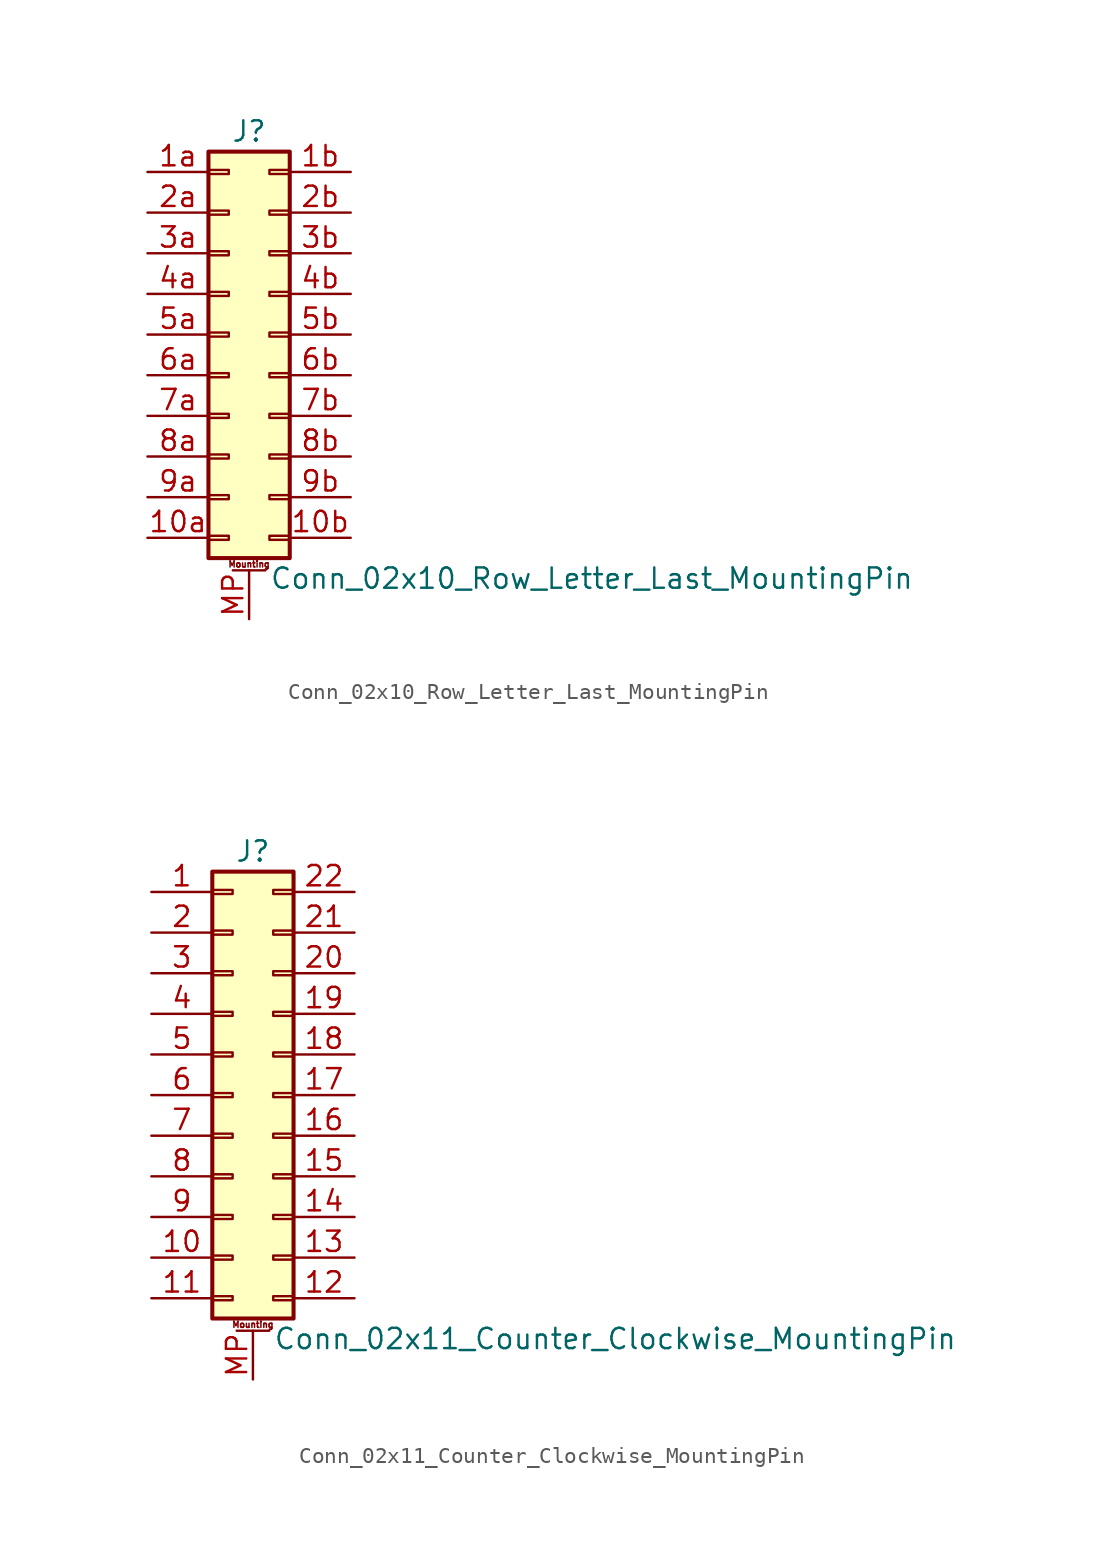
<source format=kicad_sym>
(kicad_symbol_lib
  (version 20201005)
  (generator kicad_symbol_editor)
  (symbol "Conn_02x10_Row_Letter_Last_MountingPin"
    (pin_names
      (offset 1.016) hide)
    (property "Reference" "J"
      (at 1.27 12.7 0)
      (effects (font (size 1.27 1.27))))
    (property "Value" "Conn_02x10_Row_Letter_Last_MountingPin"
      (at 2.54 -15.24 0)
      (effects (font (size 1.27 1.27)) (justify left)))
    (symbol "Conn_02x10_Row_Letter_Last_MountingPin_1_1"
      (text "Mounting" (at 1.27 -14.351 0) (effects (font (size 0.381 0.381))))
      (rectangle (start -1.27 -12.573) (end 0 -12.827) (stroke (width 0.152)) (fill (type none)))
      (rectangle (start -1.27 -10.033) (end 0 -10.287) (stroke (width 0.152)) (fill (type none)))
      (rectangle (start -1.27 -7.493) (end 0 -7.747) (stroke (width 0.152)) (fill (type none)))
      (rectangle (start -1.27 -4.953) (end 0 -5.207) (stroke (width 0.152)) (fill (type none)))
      (rectangle (start -1.27 -2.413) (end 0 -2.667) (stroke (width 0.152)) (fill (type none)))
      (rectangle (start -1.27 0.127) (end 0 -0.127) (stroke (width 0.152)) (fill (type none)))
      (rectangle (start -1.27 2.667) (end 0 2.413) (stroke (width 0.152)) (fill (type none)))
      (rectangle (start -1.27 5.207) (end 0 4.953) (stroke (width 0.152)) (fill (type none)))
      (rectangle (start -1.27 7.747) (end 0 7.493) (stroke (width 0.152)) (fill (type none)))
      (rectangle (start -1.27 10.287) (end 0 10.033) (stroke (width 0.152)) (fill (type none)))
      (rectangle (start -1.27 11.43) (end 3.81 -13.97) (stroke (width 0.254)) (fill (type background)))
      (rectangle (start 3.81 -12.573) (end 2.54 -12.827) (stroke (width 0.152)) (fill (type none)))
      (rectangle (start 3.81 -10.033) (end 2.54 -10.287) (stroke (width 0.152)) (fill (type none)))
      (rectangle (start 3.81 -7.493) (end 2.54 -7.747) (stroke (width 0.152)) (fill (type none)))
      (rectangle (start 3.81 -4.953) (end 2.54 -5.207) (stroke (width 0.152)) (fill (type none)))
      (rectangle (start 3.81 -2.413) (end 2.54 -2.667) (stroke (width 0.152)) (fill (type none)))
      (rectangle (start 3.81 0.127) (end 2.54 -0.127) (stroke (width 0.152)) (fill (type none)))
      (rectangle (start 3.81 2.667) (end 2.54 2.413) (stroke (width 0.152)) (fill (type none)))
      (rectangle (start 3.81 5.207) (end 2.54 4.953) (stroke (width 0.152)) (fill (type none)))
      (rectangle (start 3.81 7.747) (end 2.54 7.493) (stroke (width 0.152)) (fill (type none)))
      (rectangle (start 3.81 10.287) (end 2.54 10.033) (stroke (width 0.152)) (fill (type none)))
      (polyline (pts (xy 0.254 -14.732) (xy 2.286 -14.732)) (stroke (width 0.152)) (fill (type none)))
      (pin passive line (at -5.08 -12.7 0) (length 3.81) (name "Pin_10a" (effects (font (size 1.27 1.27)))) (number "10a" (effects (font (size 1.27 1.27)))))
      (pin passive line (at 7.62 -12.7 180) (length 3.81) (name "Pin_10b" (effects (font (size 1.27 1.27)))) (number "10b" (effects (font (size 1.27 1.27)))))
      (pin passive line (at -5.08 10.16 0) (length 3.81) (name "Pin_1a" (effects (font (size 1.27 1.27)))) (number "1a" (effects (font (size 1.27 1.27)))))
      (pin passive line (at 7.62 10.16 180) (length 3.81) (name "Pin_1b" (effects (font (size 1.27 1.27)))) (number "1b" (effects (font (size 1.27 1.27)))))
      (pin passive line (at -5.08 7.62 0) (length 3.81) (name "Pin_2a" (effects (font (size 1.27 1.27)))) (number "2a" (effects (font (size 1.27 1.27)))))
      (pin passive line (at 7.62 7.62 180) (length 3.81) (name "Pin_2b" (effects (font (size 1.27 1.27)))) (number "2b" (effects (font (size 1.27 1.27)))))
      (pin passive line (at -5.08 5.08 0) (length 3.81) (name "Pin_3a" (effects (font (size 1.27 1.27)))) (number "3a" (effects (font (size 1.27 1.27)))))
      (pin passive line (at 7.62 5.08 180) (length 3.81) (name "Pin_3b" (effects (font (size 1.27 1.27)))) (number "3b" (effects (font (size 1.27 1.27)))))
      (pin passive line (at -5.08 2.54 0) (length 3.81) (name "Pin_4a" (effects (font (size 1.27 1.27)))) (number "4a" (effects (font (size 1.27 1.27)))))
      (pin passive line (at 7.62 2.54 180) (length 3.81) (name "Pin_4b" (effects (font (size 1.27 1.27)))) (number "4b" (effects (font (size 1.27 1.27)))))
      (pin passive line (at -5.08 0 0) (length 3.81) (name "Pin_5a" (effects (font (size 1.27 1.27)))) (number "5a" (effects (font (size 1.27 1.27)))))
      (pin passive line (at 7.62 0 180) (length 3.81) (name "Pin_5b" (effects (font (size 1.27 1.27)))) (number "5b" (effects (font (size 1.27 1.27)))))
      (pin passive line (at -5.08 -2.54 0) (length 3.81) (name "Pin_6a" (effects (font (size 1.27 1.27)))) (number "6a" (effects (font (size 1.27 1.27)))))
      (pin passive line (at 7.62 -2.54 180) (length 3.81) (name "Pin_6b" (effects (font (size 1.27 1.27)))) (number "6b" (effects (font (size 1.27 1.27)))))
      (pin passive line (at -5.08 -5.08 0) (length 3.81) (name "Pin_7a" (effects (font (size 1.27 1.27)))) (number "7a" (effects (font (size 1.27 1.27)))))
      (pin passive line (at 7.62 -5.08 180) (length 3.81) (name "Pin_7b" (effects (font (size 1.27 1.27)))) (number "7b" (effects (font (size 1.27 1.27)))))
      (pin passive line (at -5.08 -7.62 0) (length 3.81) (name "Pin_8a" (effects (font (size 1.27 1.27)))) (number "8a" (effects (font (size 1.27 1.27)))))
      (pin passive line (at 7.62 -7.62 180) (length 3.81) (name "Pin_8b" (effects (font (size 1.27 1.27)))) (number "8b" (effects (font (size 1.27 1.27)))))
      (pin passive line (at -5.08 -10.16 0) (length 3.81) (name "Pin_9a" (effects (font (size 1.27 1.27)))) (number "9a" (effects (font (size 1.27 1.27)))))
      (pin passive line (at 7.62 -10.16 180) (length 3.81) (name "Pin_9b" (effects (font (size 1.27 1.27)))) (number "9b" (effects (font (size 1.27 1.27)))))
      (pin passive line (at 1.27 -17.78 90) (length 3.048) (name "MountPin" (effects (font (size 1.27 1.27)))) (number "MP" (effects (font (size 1.27 1.27)))))))
  (symbol "Conn_02x11_Counter_Clockwise_MountingPin"
    (pin_names
      (offset 1.016) hide)
    (property "Reference" "J"
      (at 1.27 15.24 0)
      (effects (font (size 1.27 1.27))))
    (property "Value" "Conn_02x11_Counter_Clockwise_MountingPin"
      (at 2.54 -15.24 0)
      (effects (font (size 1.27 1.27)) (justify left)))
    (symbol "Conn_02x11_Counter_Clockwise_MountingPin_1_1"
      (text "Mounting" (at 1.27 -14.351 0) (effects (font (size 0.381 0.381))))
      (rectangle (start -1.27 -12.573) (end 0 -12.827) (stroke (width 0.152)) (fill (type none)))
      (rectangle (start -1.27 -10.033) (end 0 -10.287) (stroke (width 0.152)) (fill (type none)))
      (rectangle (start -1.27 -7.493) (end 0 -7.747) (stroke (width 0.152)) (fill (type none)))
      (rectangle (start -1.27 -4.953) (end 0 -5.207) (stroke (width 0.152)) (fill (type none)))
      (rectangle (start -1.27 -2.413) (end 0 -2.667) (stroke (width 0.152)) (fill (type none)))
      (rectangle (start -1.27 0.127) (end 0 -0.127) (stroke (width 0.152)) (fill (type none)))
      (rectangle (start -1.27 2.667) (end 0 2.413) (stroke (width 0.152)) (fill (type none)))
      (rectangle (start -1.27 5.207) (end 0 4.953) (stroke (width 0.152)) (fill (type none)))
      (rectangle (start -1.27 7.747) (end 0 7.493) (stroke (width 0.152)) (fill (type none)))
      (rectangle (start -1.27 10.287) (end 0 10.033) (stroke (width 0.152)) (fill (type none)))
      (rectangle (start -1.27 12.827) (end 0 12.573) (stroke (width 0.152)) (fill (type none)))
      (rectangle (start -1.27 13.97) (end 3.81 -13.97) (stroke (width 0.254)) (fill (type background)))
      (rectangle (start 3.81 -12.573) (end 2.54 -12.827) (stroke (width 0.152)) (fill (type none)))
      (rectangle (start 3.81 -10.033) (end 2.54 -10.287) (stroke (width 0.152)) (fill (type none)))
      (rectangle (start 3.81 -7.493) (end 2.54 -7.747) (stroke (width 0.152)) (fill (type none)))
      (rectangle (start 3.81 -4.953) (end 2.54 -5.207) (stroke (width 0.152)) (fill (type none)))
      (rectangle (start 3.81 -2.413) (end 2.54 -2.667) (stroke (width 0.152)) (fill (type none)))
      (rectangle (start 3.81 0.127) (end 2.54 -0.127) (stroke (width 0.152)) (fill (type none)))
      (rectangle (start 3.81 2.667) (end 2.54 2.413) (stroke (width 0.152)) (fill (type none)))
      (rectangle (start 3.81 5.207) (end 2.54 4.953) (stroke (width 0.152)) (fill (type none)))
      (rectangle (start 3.81 7.747) (end 2.54 7.493) (stroke (width 0.152)) (fill (type none)))
      (rectangle (start 3.81 10.287) (end 2.54 10.033) (stroke (width 0.152)) (fill (type none)))
      (rectangle (start 3.81 12.827) (end 2.54 12.573) (stroke (width 0.152)) (fill (type none)))
      (polyline (pts (xy 0.254 -14.732) (xy 2.286 -14.732)) (stroke (width 0.152)) (fill (type none)))
      (pin passive line (at -5.08 12.7 0) (length 3.81) (name "Pin_1" (effects (font (size 1.27 1.27)))) (number "1" (effects (font (size 1.27 1.27)))))
      (pin passive line (at -5.08 -10.16 0) (length 3.81) (name "Pin_10" (effects (font (size 1.27 1.27)))) (number "10" (effects (font (size 1.27 1.27)))))
      (pin passive line (at -5.08 -12.7 0) (length 3.81) (name "Pin_11" (effects (font (size 1.27 1.27)))) (number "11" (effects (font (size 1.27 1.27)))))
      (pin passive line (at 7.62 -12.7 180) (length 3.81) (name "Pin_12" (effects (font (size 1.27 1.27)))) (number "12" (effects (font (size 1.27 1.27)))))
      (pin passive line (at 7.62 -10.16 180) (length 3.81) (name "Pin_13" (effects (font (size 1.27 1.27)))) (number "13" (effects (font (size 1.27 1.27)))))
      (pin passive line (at 7.62 -7.62 180) (length 3.81) (name "Pin_14" (effects (font (size 1.27 1.27)))) (number "14" (effects (font (size 1.27 1.27)))))
      (pin passive line (at 7.62 -5.08 180) (length 3.81) (name "Pin_15" (effects (font (size 1.27 1.27)))) (number "15" (effects (font (size 1.27 1.27)))))
      (pin passive line (at 7.62 -2.54 180) (length 3.81) (name "Pin_16" (effects (font (size 1.27 1.27)))) (number "16" (effects (font (size 1.27 1.27)))))
      (pin passive line (at 7.62 0 180) (length 3.81) (name "Pin_17" (effects (font (size 1.27 1.27)))) (number "17" (effects (font (size 1.27 1.27)))))
      (pin passive line (at 7.62 2.54 180) (length 3.81) (name "Pin_18" (effects (font (size 1.27 1.27)))) (number "18" (effects (font (size 1.27 1.27)))))
      (pin passive line (at 7.62 5.08 180) (length 3.81) (name "Pin_19" (effects (font (size 1.27 1.27)))) (number "19" (effects (font (size 1.27 1.27)))))
      (pin passive line (at -5.08 10.16 0) (length 3.81) (name "Pin_2" (effects (font (size 1.27 1.27)))) (number "2" (effects (font (size 1.27 1.27)))))
      (pin passive line (at 7.62 7.62 180) (length 3.81) (name "Pin_20" (effects (font (size 1.27 1.27)))) (number "20" (effects (font (size 1.27 1.27)))))
      (pin passive line (at 7.62 10.16 180) (length 3.81) (name "Pin_21" (effects (font (size 1.27 1.27)))) (number "21" (effects (font (size 1.27 1.27)))))
      (pin passive line (at 7.62 12.7 180) (length 3.81) (name "Pin_22" (effects (font (size 1.27 1.27)))) (number "22" (effects (font (size 1.27 1.27)))))
      (pin passive line (at -5.08 7.62 0) (length 3.81) (name "Pin_3" (effects (font (size 1.27 1.27)))) (number "3" (effects (font (size 1.27 1.27)))))
      (pin passive line (at -5.08 5.08 0) (length 3.81) (name "Pin_4" (effects (font (size 1.27 1.27)))) (number "4" (effects (font (size 1.27 1.27)))))
      (pin passive line (at -5.08 2.54 0) (length 3.81) (name "Pin_5" (effects (font (size 1.27 1.27)))) (number "5" (effects (font (size 1.27 1.27)))))
      (pin passive line (at -5.08 0 0) (length 3.81) (name "Pin_6" (effects (font (size 1.27 1.27)))) (number "6" (effects (font (size 1.27 1.27)))))
      (pin passive line (at -5.08 -2.54 0) (length 3.81) (name "Pin_7" (effects (font (size 1.27 1.27)))) (number "7" (effects (font (size 1.27 1.27)))))
      (pin passive line (at -5.08 -5.08 0) (length 3.81) (name "Pin_8" (effects (font (size 1.27 1.27)))) (number "8" (effects (font (size 1.27 1.27)))))
      (pin passive line (at -5.08 -7.62 0) (length 3.81) (name "Pin_9" (effects (font (size 1.27 1.27)))) (number "9" (effects (font (size 1.27 1.27)))))
      (pin passive line (at 1.27 -17.78 90) (length 3.048) (name "MountPin" (effects (font (size 1.27 1.27)))) (number "MP" (effects (font (size 1.27 1.27))))))))
</source>
